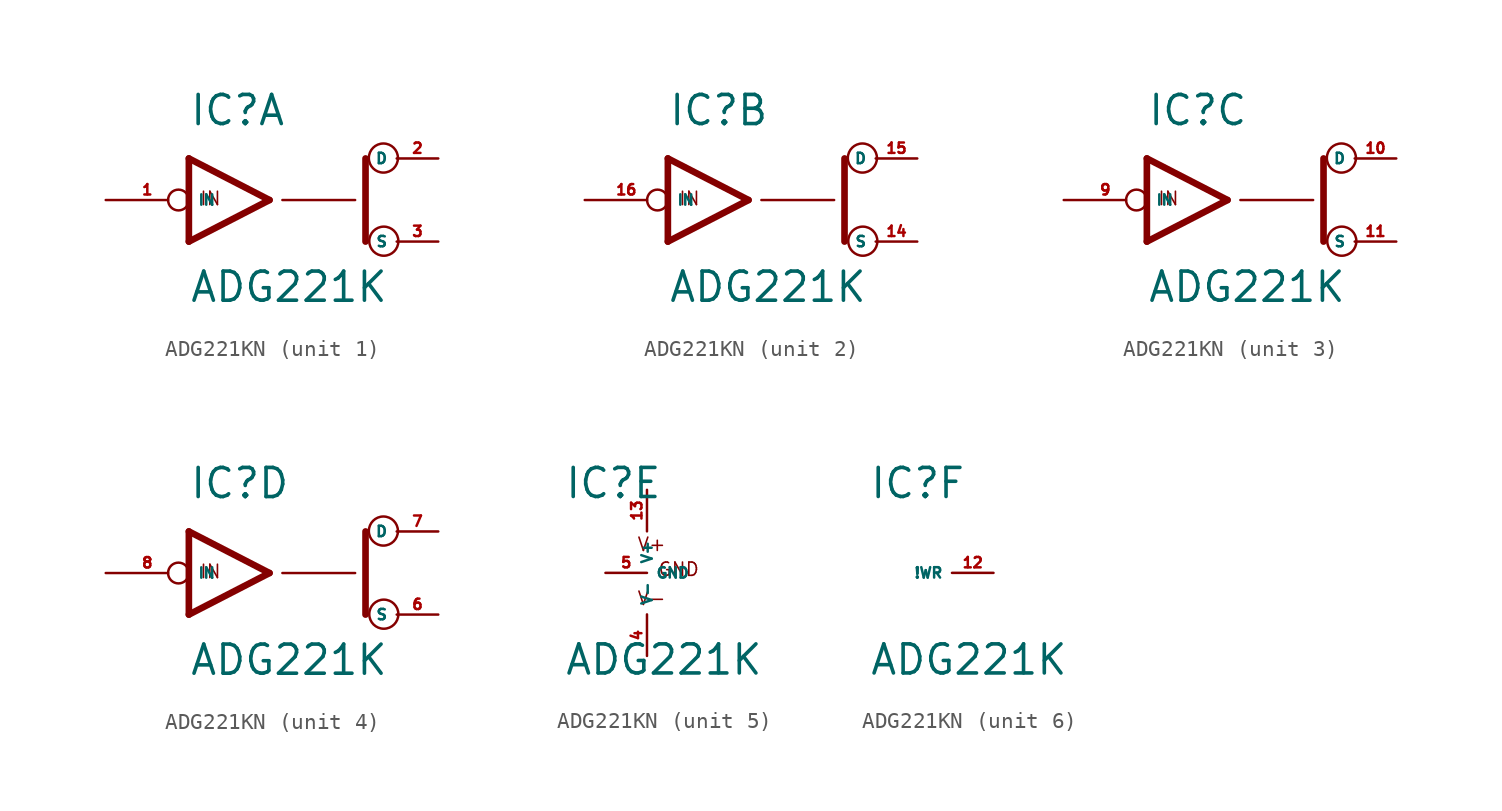
<source format=kicad_sym>
(kicad_symbol_lib
  (version 20220914)
  (generator Eagle2Kicad)
  (symbol "ADG221KN"
    (property "Reference" "IC"
      (at -5.08 4.445 0)
      (effects (font (size 1.778 1.778) (thickness 0.22)) (justify left bottom)))
    (property "Value" "ADG221K"
      (at -5.08 -6.35 0)
      (effects (font (size 1.778 1.778) (thickness 0.22)) (justify left bottom)))
    (symbol "ADG221KN_1_0"
      (polyline (pts (xy -0.152 0) (xy -5.08 2.54)) (stroke (width 0.406) (type default)) (fill (type none)))
      (polyline (pts (xy -5.08 -2.54) (xy -0.152 0)) (stroke (width 0.406) (type default)) (fill (type none)))
      (polyline (pts (xy -5.08 2.54) (xy -5.08 -2.54)) (stroke (width 0.406) (type default)) (fill (type none)))
      (polyline (pts (xy 5.715 -2.54) (xy 5.715 2.54)) (stroke (width 0.406) (type default)) (fill (type none)))
      (polyline (pts (xy 0.635 0) (xy 5.08 0)) (stroke (width 0.152) (type default)) (fill (type none)))
      (text "IN" (at -4.445 -0.381 0) (effects (font (size 0.813 0.813) (thickness 0.10)) (justify left bottom)))
      (circle (center 6.833 -2.515) (radius 0.889) (stroke (width 0.152) (type default)) (fill (type none)))
      (circle (center 6.807 2.565) (radius 0.889) (stroke (width 0.152) (type default)) (fill (type none)))
      (pin bidirectional line (at 10.16 2.54 180) (length 2.54) (name "D" (effects (font (size 0.635 0.635) (thickness 0.08)) (justify left bottom))) (number "2" (effects (font (size 0.635 0.635) (thickness 0.08)) (justify left bottom))))
      (pin input inverted (at -10.16 0 0) (length 5.08) (name "IN" (effects (font (size 0.635 0.635) (thickness 0.08)) (justify left bottom))) (number "1" (effects (font (size 0.635 0.635) (thickness 0.08)) (justify left bottom))))
      (pin bidirectional line (at 10.16 -2.54 180) (length 2.54) (name "S" (effects (font (size 0.635 0.635) (thickness 0.08)) (justify left bottom))) (number "3" (effects (font (size 0.635 0.635) (thickness 0.08)) (justify left bottom)))))
    (symbol "ADG221KN_2_0"
      (polyline (pts (xy -0.152 0) (xy -5.08 2.54)) (stroke (width 0.406) (type default)) (fill (type none)))
      (polyline (pts (xy -5.08 -2.54) (xy -0.152 0)) (stroke (width 0.406) (type default)) (fill (type none)))
      (polyline (pts (xy -5.08 2.54) (xy -5.08 -2.54)) (stroke (width 0.406) (type default)) (fill (type none)))
      (polyline (pts (xy 5.715 -2.54) (xy 5.715 2.54)) (stroke (width 0.406) (type default)) (fill (type none)))
      (polyline (pts (xy 0.635 0) (xy 5.08 0)) (stroke (width 0.152) (type default)) (fill (type none)))
      (text "IN" (at -4.445 -0.381 0) (effects (font (size 0.813 0.813) (thickness 0.10)) (justify left bottom)))
      (circle (center 6.833 -2.515) (radius 0.889) (stroke (width 0.152) (type default)) (fill (type none)))
      (circle (center 6.807 2.565) (radius 0.889) (stroke (width 0.152) (type default)) (fill (type none)))
      (pin bidirectional line (at 10.16 2.54 180) (length 2.54) (name "D" (effects (font (size 0.635 0.635) (thickness 0.08)) (justify left bottom))) (number "15" (effects (font (size 0.635 0.635) (thickness 0.08)) (justify left bottom))))
      (pin input inverted (at -10.16 0 0) (length 5.08) (name "IN" (effects (font (size 0.635 0.635) (thickness 0.08)) (justify left bottom))) (number "16" (effects (font (size 0.635 0.635) (thickness 0.08)) (justify left bottom))))
      (pin bidirectional line (at 10.16 -2.54 180) (length 2.54) (name "S" (effects (font (size 0.635 0.635) (thickness 0.08)) (justify left bottom))) (number "14" (effects (font (size 0.635 0.635) (thickness 0.08)) (justify left bottom)))))
    (symbol "ADG221KN_3_0"
      (polyline (pts (xy -0.152 0) (xy -5.08 2.54)) (stroke (width 0.406) (type default)) (fill (type none)))
      (polyline (pts (xy -5.08 -2.54) (xy -0.152 0)) (stroke (width 0.406) (type default)) (fill (type none)))
      (polyline (pts (xy -5.08 2.54) (xy -5.08 -2.54)) (stroke (width 0.406) (type default)) (fill (type none)))
      (polyline (pts (xy 5.715 -2.54) (xy 5.715 2.54)) (stroke (width 0.406) (type default)) (fill (type none)))
      (polyline (pts (xy 0.635 0) (xy 5.08 0)) (stroke (width 0.152) (type default)) (fill (type none)))
      (text "IN" (at -4.445 -0.381 0) (effects (font (size 0.813 0.813) (thickness 0.10)) (justify left bottom)))
      (circle (center 6.833 -2.515) (radius 0.889) (stroke (width 0.152) (type default)) (fill (type none)))
      (circle (center 6.807 2.565) (radius 0.889) (stroke (width 0.152) (type default)) (fill (type none)))
      (pin bidirectional line (at 10.16 2.54 180) (length 2.54) (name "D" (effects (font (size 0.635 0.635) (thickness 0.08)) (justify left bottom))) (number "10" (effects (font (size 0.635 0.635) (thickness 0.08)) (justify left bottom))))
      (pin input inverted (at -10.16 0 0) (length 5.08) (name "IN" (effects (font (size 0.635 0.635) (thickness 0.08)) (justify left bottom))) (number "9" (effects (font (size 0.635 0.635) (thickness 0.08)) (justify left bottom))))
      (pin bidirectional line (at 10.16 -2.54 180) (length 2.54) (name "S" (effects (font (size 0.635 0.635) (thickness 0.08)) (justify left bottom))) (number "11" (effects (font (size 0.635 0.635) (thickness 0.08)) (justify left bottom)))))
    (symbol "ADG221KN_4_0"
      (polyline (pts (xy -0.152 0) (xy -5.08 2.54)) (stroke (width 0.406) (type default)) (fill (type none)))
      (polyline (pts (xy -5.08 -2.54) (xy -0.152 0)) (stroke (width 0.406) (type default)) (fill (type none)))
      (polyline (pts (xy -5.08 2.54) (xy -5.08 -2.54)) (stroke (width 0.406) (type default)) (fill (type none)))
      (polyline (pts (xy 5.715 -2.54) (xy 5.715 2.54)) (stroke (width 0.406) (type default)) (fill (type none)))
      (polyline (pts (xy 0.635 0) (xy 5.08 0)) (stroke (width 0.152) (type default)) (fill (type none)))
      (text "IN" (at -4.445 -0.381 0) (effects (font (size 0.813 0.813) (thickness 0.10)) (justify left bottom)))
      (circle (center 6.833 -2.515) (radius 0.889) (stroke (width 0.152) (type default)) (fill (type none)))
      (circle (center 6.807 2.565) (radius 0.889) (stroke (width 0.152) (type default)) (fill (type none)))
      (pin bidirectional line (at 10.16 2.54 180) (length 2.54) (name "D" (effects (font (size 0.635 0.635) (thickness 0.08)) (justify left bottom))) (number "7" (effects (font (size 0.635 0.635) (thickness 0.08)) (justify left bottom))))
      (pin input inverted (at -10.16 0 0) (length 5.08) (name "IN" (effects (font (size 0.635 0.635) (thickness 0.08)) (justify left bottom))) (number "8" (effects (font (size 0.635 0.635) (thickness 0.08)) (justify left bottom))))
      (pin bidirectional line (at 10.16 -2.54 180) (length 2.54) (name "S" (effects (font (size 0.635 0.635) (thickness 0.08)) (justify left bottom))) (number "6" (effects (font (size 0.635 0.635) (thickness 0.08)) (justify left bottom)))))
    (symbol "ADG221KN_5_0"
      (text "V+" (at -0.635 1.27 0) (effects (font (size 0.813 0.813) (thickness 0.10)) (justify left bottom)))
      (text "V-" (at -0.635 -2.032 0) (effects (font (size 0.813 0.813) (thickness 0.10)) (justify left bottom)))
      (text "GND" (at 0.635 -0.254 0) (effects (font (size 0.813 0.813) (thickness 0.10)) (justify left bottom)))
      (pin unspecified line (at 0 5.08 270) (length 2.54) (name "V+" (effects (font (size 0.635 0.635) (thickness 0.08)) (justify left bottom))) (number "13" (effects (font (size 0.635 0.635) (thickness 0.08)) (justify left bottom))))
      (pin unspecified line (at 0 -5.08 90) (length 2.54) (name "V-" (effects (font (size 0.635 0.635) (thickness 0.08)) (justify left bottom))) (number "4" (effects (font (size 0.635 0.635) (thickness 0.08)) (justify left bottom))))
      (pin unspecified line (at -2.54 0 0) (length 2.54) (name "GND" (effects (font (size 0.635 0.635) (thickness 0.08)) (justify left bottom))) (number "5" (effects (font (size 0.635 0.635) (thickness 0.08)) (justify left bottom)))))
    (symbol "ADG221KN_6_0"
      (pin input line (at 2.54 0 180) (length 2.54) (name "!WR" (effects (font (size 0.635 0.635) (thickness 0.08)) (justify left bottom))) (number "12" (effects (font (size 0.635 0.635) (thickness 0.08)) (justify left bottom)))))))
</source>
